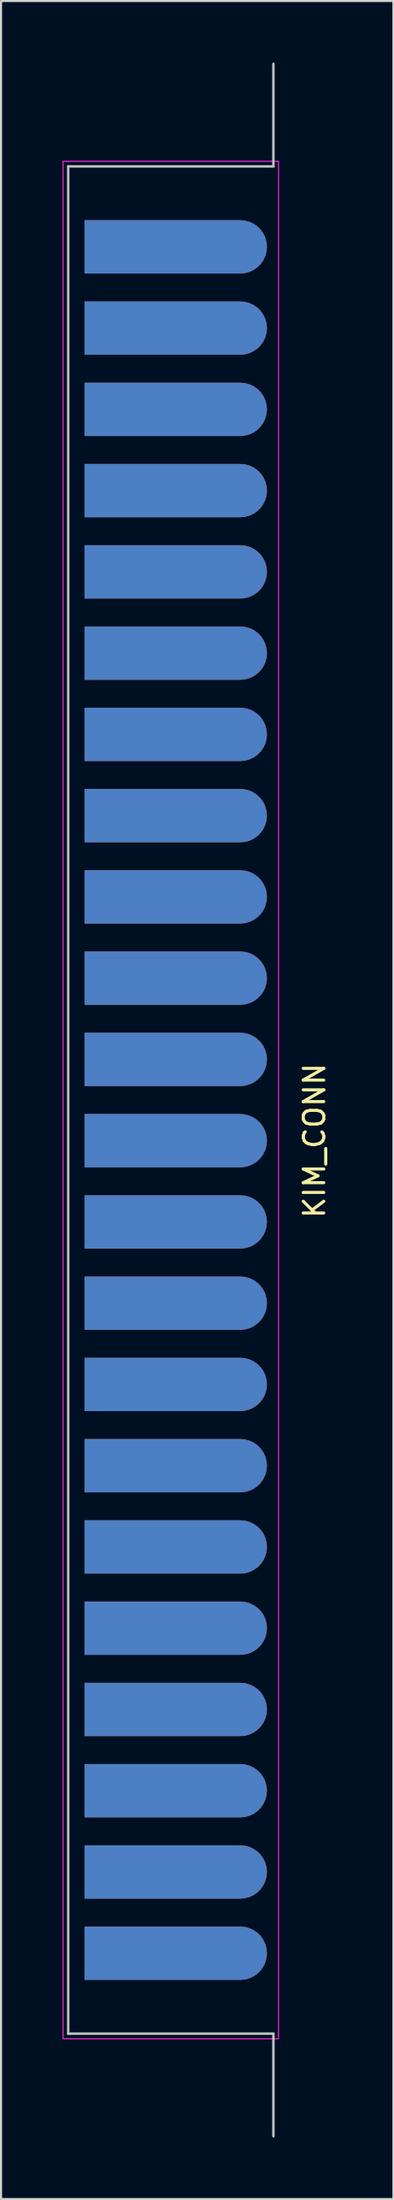
<source format=kicad_pcb>
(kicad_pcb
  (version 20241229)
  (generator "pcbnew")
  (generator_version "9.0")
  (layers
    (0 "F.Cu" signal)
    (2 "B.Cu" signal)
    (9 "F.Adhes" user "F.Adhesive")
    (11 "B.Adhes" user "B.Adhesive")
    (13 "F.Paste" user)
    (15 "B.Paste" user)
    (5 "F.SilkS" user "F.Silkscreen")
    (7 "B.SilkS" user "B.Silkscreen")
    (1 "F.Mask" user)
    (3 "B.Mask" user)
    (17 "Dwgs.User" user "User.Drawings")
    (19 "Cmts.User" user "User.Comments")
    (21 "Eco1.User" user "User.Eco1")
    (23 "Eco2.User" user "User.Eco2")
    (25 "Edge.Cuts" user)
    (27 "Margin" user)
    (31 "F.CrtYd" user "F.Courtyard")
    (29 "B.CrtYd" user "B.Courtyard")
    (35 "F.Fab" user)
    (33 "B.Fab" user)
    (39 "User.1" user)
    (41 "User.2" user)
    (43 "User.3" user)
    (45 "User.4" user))
  (footprint "KIM_CONN"
    (layer "F.Cu")
    (at 5.515 50.56)
    (property "Reference" "KIM_CONN" (at 6.76 1.98 90) (layer "F.SilkS") (effects (font (size 1 1) (thickness 0.15))))
    (attr smd)
    (fp_rect (start -5.36 -45.62) (end 4.7 45.62) (stroke (width 0.12) (type solid)) (fill yes) (layer "F.Mask"))
    (fp_rect (start -5.37 -45.62) (end 4.7 45.62) (stroke (width 0.12) (type solid)) (fill yes) (layer "B.Mask"))
    (fp_line (start -5.24 -45.5) (end -5.24 45.5) (stroke (width 0.12) (type solid)) (layer "Dwgs.User"))
    (fp_line (start -5.24 -45.5) (end 4.76 -45.5) (stroke (width 0.12) (type solid)) (layer "Dwgs.User"))
    (fp_line (start -5.24 45.5) (end 4.76 45.5) (stroke (width 0.12) (type solid)) (layer "Dwgs.User"))
    (fp_line (start 4.76 -45.5) (end 4.76 -50.5) (stroke (width 0.12) (type solid)) (layer "Dwgs.User"))
    (fp_line (start 4.76 45.5) (end 4.76 50.5) (stroke (width 0.12) (type solid)) (layer "Dwgs.User"))
    (fp_rect (start -5.49 -45.75) (end 5.01 45.75) (stroke (width 0.05) (type default)) (fill no) (layer "F.CrtYd"))
    (pad "1" connect roundrect (at 0 -41.58 90) (size 2.6 8.89) (layers "F.Cu") (roundrect_rratio 0.5) (chamfer_ratio 0) (chamfer top_left top_right))
    (pad "2" connect roundrect (at 0 -37.62 90) (size 2.6 8.89) (layers "F.Cu") (roundrect_rratio 0.5) (chamfer_ratio 0) (chamfer top_left top_right))
    (pad "3" connect roundrect (at 0 -33.66 90) (size 2.6 8.89) (layers "F.Cu") (roundrect_rratio 0.5) (chamfer_ratio 0) (chamfer top_left top_right))
    (pad "4" connect roundrect (at 0 -29.7 90) (size 2.6 8.89) (layers "F.Cu") (roundrect_rratio 0.5) (chamfer_ratio 0) (chamfer top_left top_right))
    (pad "5" connect roundrect (at 0 -25.74 90) (size 2.6 8.89) (layers "F.Cu") (roundrect_rratio 0.5) (chamfer_ratio 0) (chamfer top_left top_right))
    (pad "6" connect roundrect (at 0 -21.78 90) (size 2.6 8.89) (layers "F.Cu") (roundrect_rratio 0.5) (chamfer_ratio 0) (chamfer top_left top_right))
    (pad "7" connect roundrect (at 0 -17.82 90) (size 2.6 8.89) (layers "F.Cu") (roundrect_rratio 0.5) (chamfer_ratio 0) (chamfer top_left top_right))
    (pad "8" connect roundrect (at 0 -13.86 90) (size 2.6 8.89) (layers "F.Cu") (roundrect_rratio 0.5) (chamfer_ratio 0) (chamfer top_left top_right))
    (pad "9" connect roundrect (at 0 -9.9 90) (size 2.6 8.89) (layers "F.Cu") (roundrect_rratio 0.5) (chamfer_ratio 0) (chamfer top_left top_right))
    (pad "10" connect roundrect (at 0 -5.94 90) (size 2.6 8.89) (layers "F.Cu") (roundrect_rratio 0.5) (chamfer_ratio 0) (chamfer top_left top_right))
    (pad "11" connect roundrect (at 0 -1.98 90) (size 2.6 8.89) (layers "F.Cu") (roundrect_rratio 0.5) (chamfer_ratio 0) (chamfer top_left top_right))
    (pad "12" connect roundrect (at 0 1.98 90) (size 2.6 8.89) (layers "F.Cu") (roundrect_rratio 0.5) (chamfer_ratio 0) (chamfer top_left top_right))
    (pad "13" connect roundrect (at 0 5.94 90) (size 2.6 8.89) (layers "F.Cu") (roundrect_rratio 0.5) (chamfer_ratio 0) (chamfer top_left top_right))
    (pad "14" connect roundrect (at 0 9.9 90) (size 2.6 8.89) (layers "F.Cu") (roundrect_rratio 0.5) (chamfer_ratio 0) (chamfer top_left top_right))
    (pad "15" connect roundrect (at 0 13.86 90) (size 2.6 8.89) (layers "F.Cu") (roundrect_rratio 0.5) (chamfer_ratio 0) (chamfer top_left top_right))
    (pad "16" connect roundrect (at 0 17.82 90) (size 2.6 8.89) (layers "F.Cu") (roundrect_rratio 0.5) (chamfer_ratio 0) (chamfer top_left top_right))
    (pad "17" connect roundrect (at 0 21.78 90) (size 2.6 8.89) (layers "F.Cu") (roundrect_rratio 0.5) (chamfer_ratio 0) (chamfer top_left top_right))
    (pad "18" connect roundrect (at 0 25.74 90) (size 2.6 8.89) (layers "F.Cu") (roundrect_rratio 0.5) (chamfer_ratio 0) (chamfer top_left top_right))
    (pad "19" connect roundrect (at 0 29.7 90) (size 2.6 8.89) (layers "F.Cu") (roundrect_rratio 0.5) (chamfer_ratio 0) (chamfer top_left top_right))
    (pad "20" connect roundrect (at 0 33.66 90) (size 2.6 8.89) (layers "F.Cu") (roundrect_rratio 0.5) (chamfer_ratio 0) (chamfer top_left top_right))
    (pad "21" connect roundrect (at 0 37.62 90) (size 2.6 8.89) (layers "F.Cu") (roundrect_rratio 0.5) (chamfer_ratio 0) (chamfer top_left top_right))
    (pad "22" connect roundrect (at 0 41.58 90) (size 2.6 8.89) (layers "F.Cu") (roundrect_rratio 0.5) (chamfer_ratio 0) (chamfer top_left top_right))
    (pad "A" connect roundrect (at 0 -41.58 90) (size 2.6 8.89) (layers "B.Cu" "B.Mask") (roundrect_rratio 0.5) (chamfer_ratio 0) (chamfer top_left top_right))
    (pad "B" connect roundrect (at 0 -37.62 90) (size 2.6 8.89) (layers "B.Cu" "B.Mask") (roundrect_rratio 0.5) (chamfer_ratio 0) (chamfer top_left top_right))
    (pad "C" connect roundrect (at 0 -33.66 90) (size 2.6 8.89) (layers "B.Cu" "B.Mask") (roundrect_rratio 0.5) (chamfer_ratio 0) (chamfer top_left top_right))
    (pad "D" connect roundrect (at 0 -29.7 90) (size 2.6 8.89) (layers "B.Cu" "B.Mask") (roundrect_rratio 0.5) (chamfer_ratio 0) (chamfer top_left top_right))
    (pad "E" connect roundrect (at 0 -25.74 90) (size 2.6 8.89) (layers "B.Cu" "B.Mask") (roundrect_rratio 0.5) (chamfer_ratio 0) (chamfer top_left top_right))
    (pad "F" connect roundrect (at 0 -21.78 90) (size 2.6 8.89) (layers "B.Cu" "B.Mask") (roundrect_rratio 0.5) (chamfer_ratio 0) (chamfer top_left top_right))
    (pad "H" connect roundrect (at 0 -17.82 90) (size 2.6 8.89) (layers "B.Cu" "B.Mask") (roundrect_rratio 0.5) (chamfer_ratio 0) (chamfer top_left top_right))
    (pad "J" connect roundrect (at 0 -13.86 90) (size 2.6 8.89) (layers "B.Cu" "B.Mask") (roundrect_rratio 0.5) (chamfer_ratio 0) (chamfer top_left top_right))
    (pad "K" connect roundrect (at 0 -9.9 90) (size 2.6 8.89) (layers "B.Cu" "B.Mask") (roundrect_rratio 0.5) (chamfer_ratio 0) (chamfer top_left top_right))
    (pad "L" connect roundrect (at 0 -5.94 90) (size 2.6 8.89) (layers "B.Cu" "B.Mask") (roundrect_rratio 0.5) (chamfer_ratio 0) (chamfer top_left top_right))
    (pad "M" connect roundrect (at 0 -1.98 90) (size 2.6 8.89) (layers "B.Cu" "B.Mask") (roundrect_rratio 0.5) (chamfer_ratio 0) (chamfer top_left top_right))
    (pad "N" connect roundrect (at 0 1.98 90) (size 2.6 8.89) (layers "B.Cu" "B.Mask") (roundrect_rratio 0.5) (chamfer_ratio 0) (chamfer top_left top_right))
    (pad "P" connect roundrect (at 0 5.94 90) (size 2.6 8.89) (layers "B.Cu" "B.Mask") (roundrect_rratio 0.5) (chamfer_ratio 0) (chamfer top_left top_right))
    (pad "R" connect roundrect (at 0 9.9 90) (size 2.6 8.89) (layers "B.Cu" "B.Mask") (roundrect_rratio 0.5) (chamfer_ratio 0) (chamfer top_left top_right))
    (pad "S" connect roundrect (at 0 13.86 90) (size 2.6 8.89) (layers "B.Cu" "B.Mask") (roundrect_rratio 0.5) (chamfer_ratio 0) (chamfer top_left top_right))
    (pad "T" connect roundrect (at 0 17.82 90) (size 2.6 8.89) (layers "B.Cu" "B.Mask") (roundrect_rratio 0.5) (chamfer_ratio 0) (chamfer top_left top_right))
    (pad "U" connect roundrect (at 0 21.78 90) (size 2.6 8.89) (layers "B.Cu" "B.Mask") (roundrect_rratio 0.5) (chamfer_ratio 0) (chamfer top_left top_right))
    (pad "V" connect roundrect (at 0 25.74 90) (size 2.6 8.89) (layers "B.Cu" "B.Mask") (roundrect_rratio 0.5) (chamfer_ratio 0) (chamfer top_left top_right))
    (pad "W" connect roundrect (at 0 29.7 90) (size 2.6 8.89) (layers "B.Cu" "B.Mask") (roundrect_rratio 0.5) (chamfer_ratio 0) (chamfer top_left top_right))
    (pad "X" connect roundrect (at 0 33.66 90) (size 2.6 8.89) (layers "B.Cu" "B.Mask") (roundrect_rratio 0.5) (chamfer_ratio 0) (chamfer top_left top_right))
    (pad "Y" connect roundrect (at 0 37.62 90) (size 2.6 8.89) (layers "B.Cu" "B.Mask") (roundrect_rratio 0.5) (chamfer_ratio 0) (chamfer top_left top_right))
    (pad "Z" connect roundrect (at 0 41.58 90) (size 2.6 8.89) (layers "B.Cu" "B.Mask") (roundrect_rratio 0.5) (chamfer_ratio 0) (chamfer top_left top_right)))
  (gr_rect
    (start -3 -3)
    (end 16.123 104.12)
    (stroke (width 0.1) (type default))
    (fill no)
    (layer "Edge.Cuts")))
</source>
